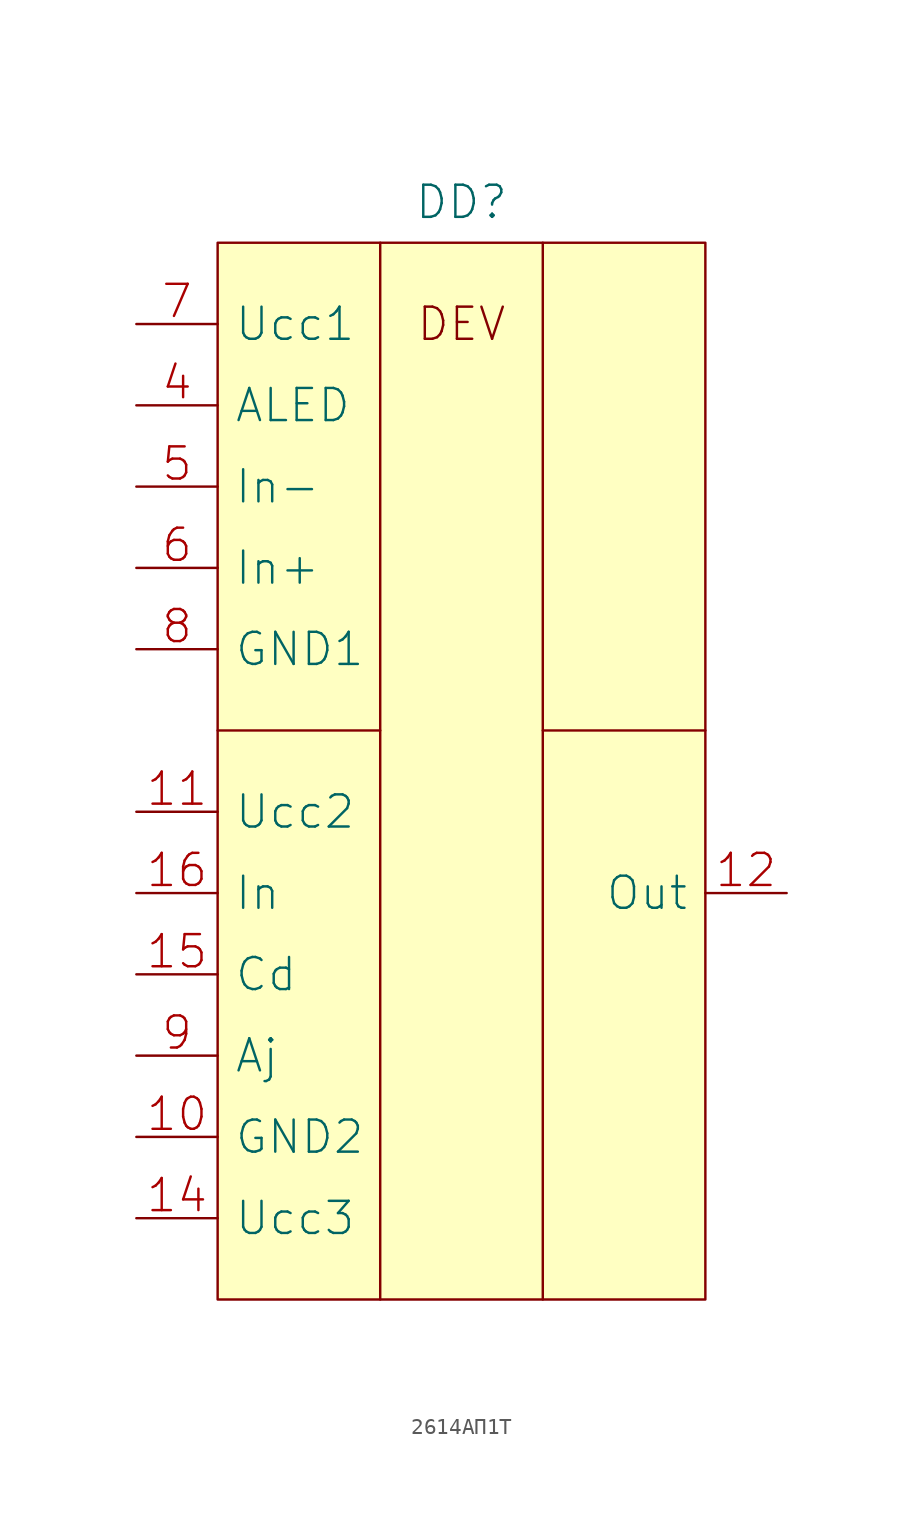
<source format=kicad_sym>
(kicad_symbol_lib
  (version 20231120)
  (generator "kicad_symbol_editor")
  (generator_version "8.0")
  (symbol "2614АП1Т"
    (pin_names
      (offset 1.016))
    (property "Reference" "DD"
      (at 0 35.56 0)
      (effects (font (size 2.007 2.007))))
    (symbol "2614АП1Т_0_0"
      (rectangle (start -15.24 33.02) (end 15.24 -33.02) (stroke (width 0) (type solid)) (fill (type background)))
      (text "DEV" (at 0 27.94 0) (effects (font (size 2.007 2.007)))))
    (symbol "2614АП1Т_0_1"
      (polyline (pts (xy -15.24 2.54) (xy -5.08 2.54)) (stroke (width 0) (type solid)) (fill (type none)))
      (polyline (pts (xy -5.08 33.02) (xy -5.08 -33.02)) (stroke (width 0) (type solid)) (fill (type none)))
      (polyline (pts (xy 5.08 33.02) (xy 5.08 -33.02)) (stroke (width 0) (type solid)) (fill (type none)))
      (polyline (pts (xy 15.24 2.54) (xy 5.08 2.54)) (stroke (width 0) (type solid)) (fill (type none))))
    (symbol "2614АП1Т_1_1"
      (pin power_in line (at -20.32 -22.86 0) (length 5.08) (name "GND2" (effects (font (size 2.007 2.007)))) (number "10" (effects (font (size 2.007 2.007)))))
      (pin power_in line (at -20.32 -2.54 0) (length 5.08) (name "Ucc2" (effects (font (size 2.007 2.007)))) (number "11" (effects (font (size 2.007 2.007)))))
      (pin output line (at 20.32 -7.62 180) (length 5.08) (name "Out" (effects (font (size 2.007 2.007)))) (number "12" (effects (font (size 2.007 2.007)))))
      (pin power_in line (at -20.32 -27.94 0) (length 5.08) (name "Ucc3" (effects (font (size 2.007 2.007)))) (number "14" (effects (font (size 2.007 2.007)))))
      (pin input line (at -20.32 -12.7 0) (length 5.08) (name "Cd" (effects (font (size 2.007 2.007)))) (number "15" (effects (font (size 2.007 2.007)))))
      (pin input line (at -20.32 -7.62 0) (length 5.08) (name "In" (effects (font (size 2.007 2.007)))) (number "16" (effects (font (size 2.007 2.007)))))
      (pin input line (at -20.32 22.86 0) (length 5.08) (name "ALED" (effects (font (size 2.007 2.007)))) (number "4" (effects (font (size 2.007 2.007)))))
      (pin input line (at -20.32 17.78 0) (length 5.08) (name "In-" (effects (font (size 2.007 2.007)))) (number "5" (effects (font (size 2.007 2.007)))))
      (pin input line (at -20.32 12.7 0) (length 5.08) (name "In+" (effects (font (size 2.007 2.007)))) (number "6" (effects (font (size 2.007 2.007)))))
      (pin power_in line (at -20.32 27.94 0) (length 5.08) (name "Ucc1" (effects (font (size 2.007 2.007)))) (number "7" (effects (font (size 2.007 2.007)))))
      (pin power_in line (at -20.32 7.62 0) (length 5.08) (name "GND1" (effects (font (size 2.007 2.007)))) (number "8" (effects (font (size 2.007 2.007)))))
      (pin input line (at -20.32 -17.78 0) (length 5.08) (name "Aj" (effects (font (size 2.007 2.007)))) (number "9" (effects (font (size 2.007 2.007))))))))
</source>
